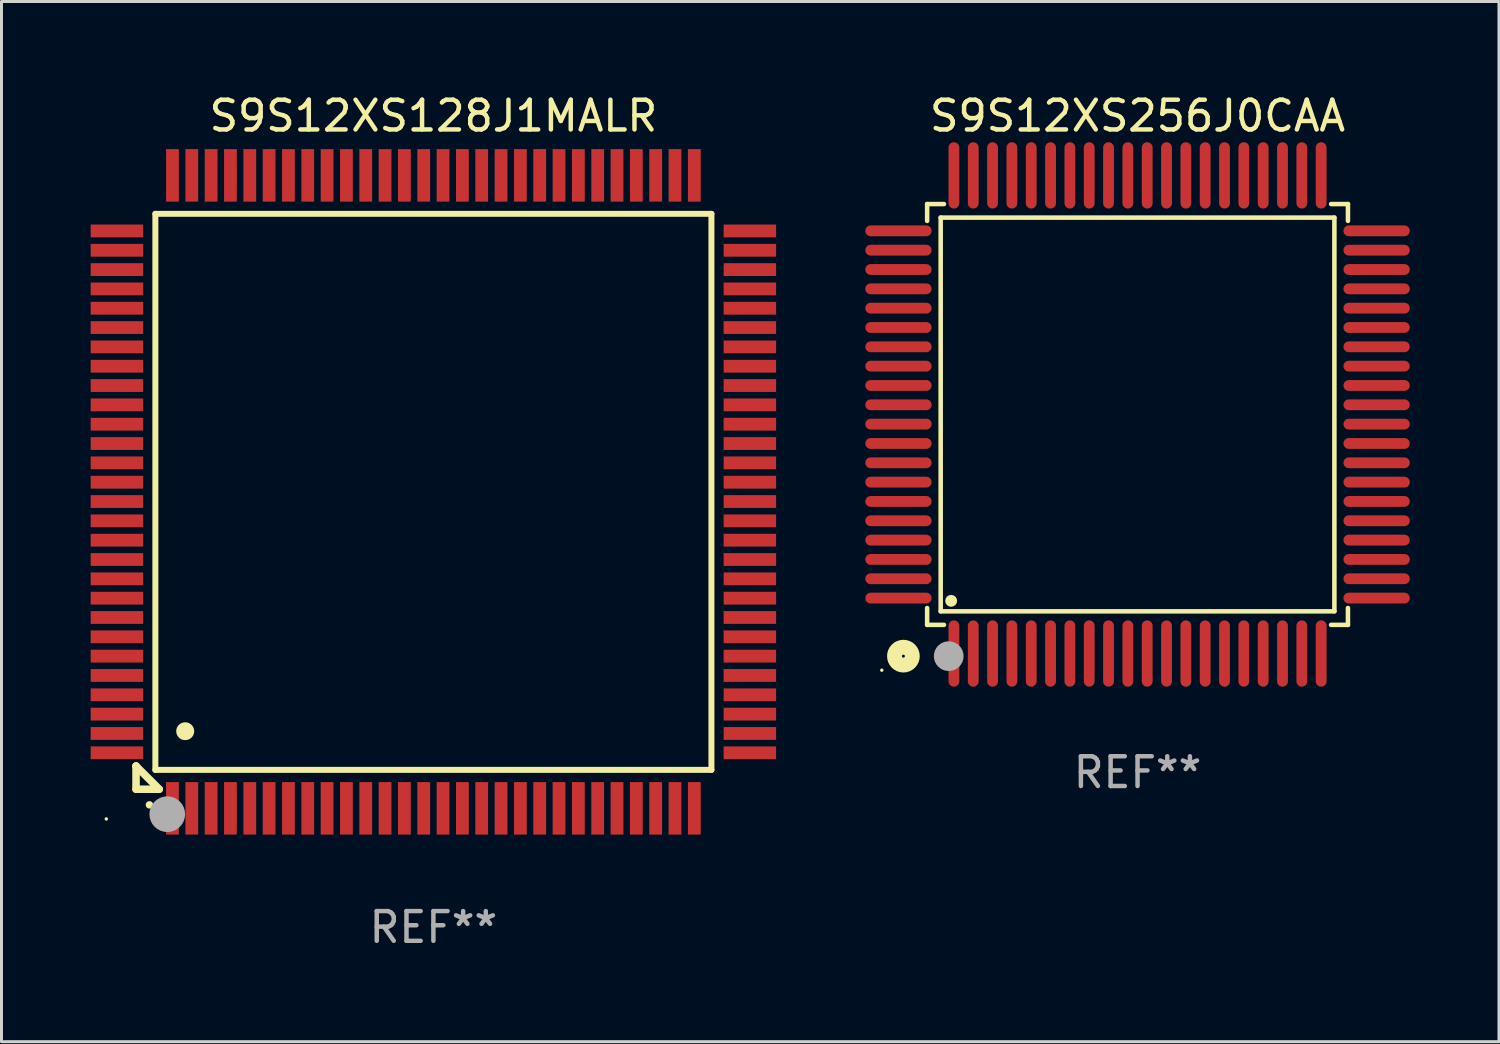
<source format=kicad_pcb>
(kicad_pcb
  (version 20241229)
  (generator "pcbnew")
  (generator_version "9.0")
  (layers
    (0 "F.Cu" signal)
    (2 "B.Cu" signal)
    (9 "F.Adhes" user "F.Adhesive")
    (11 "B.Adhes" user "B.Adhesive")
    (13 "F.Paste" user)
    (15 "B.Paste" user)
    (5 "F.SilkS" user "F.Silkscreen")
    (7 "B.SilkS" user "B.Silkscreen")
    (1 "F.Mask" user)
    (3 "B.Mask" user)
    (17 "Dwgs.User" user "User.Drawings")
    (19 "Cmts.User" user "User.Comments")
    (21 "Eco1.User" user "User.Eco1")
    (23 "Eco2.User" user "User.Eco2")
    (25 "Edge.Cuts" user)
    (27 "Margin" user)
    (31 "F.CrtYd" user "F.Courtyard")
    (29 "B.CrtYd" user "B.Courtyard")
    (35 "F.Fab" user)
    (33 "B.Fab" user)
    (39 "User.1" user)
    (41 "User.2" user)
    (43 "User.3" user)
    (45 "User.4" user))
  (footprint "S9S12XS256J0CAA"
    (layer "F.Cu")
    (at 35.205 10.888)
    (property "Reference" "S9S12XS256J0CAA" (at 0 -10.04 0) (layer "F.SilkS") (effects (font (size 1 1) (thickness 0.15))))
    (attr through_hole)
    (fp_line (start -7.076 -7.076) (end -7.076 -6.509) (stroke (width 0.152) (type solid)) (layer "F.SilkS"))
    (fp_line (start -7.076 7.076) (end -7.076 6.509) (stroke (width 0.152) (type solid)) (layer "F.SilkS"))
    (fp_line (start -6.62 -6.62) (end 6.62 -6.62) (stroke (width 0.152) (type solid)) (layer "F.SilkS"))
    (fp_line (start -6.62 6.62) (end -6.62 -6.62) (stroke (width 0.152) (type solid)) (layer "F.SilkS"))
    (fp_line (start -6.509 -7.076) (end -7.076 -7.076) (stroke (width 0.152) (type solid)) (layer "F.SilkS"))
    (fp_line (start -6.509 7.076) (end -7.076 7.076) (stroke (width 0.152) (type solid)) (layer "F.SilkS"))
    (fp_line (start 6.509 -7.076) (end 7.076 -7.076) (stroke (width 0.152) (type solid)) (layer "F.SilkS"))
    (fp_line (start 6.509 7.076) (end 7.076 7.076) (stroke (width 0.152) (type solid)) (layer "F.SilkS"))
    (fp_line (start 6.62 -6.62) (end 6.62 6.62) (stroke (width 0.152) (type solid)) (layer "F.SilkS"))
    (fp_line (start 6.62 6.62) (end -6.62 6.62) (stroke (width 0.152) (type solid)) (layer "F.SilkS"))
    (fp_line (start 7.076 -7.076) (end 7.076 -6.509) (stroke (width 0.152) (type solid)) (layer "F.SilkS"))
    (fp_line (start 7.076 7.076) (end 7.076 6.509) (stroke (width 0.152) (type solid)) (layer "F.SilkS"))
    (fp_circle (center -8.6 8.6) (end -8.57 8.6) (stroke (width 0.06) (type solid)) (fill no) (layer "F.SilkS"))
    (fp_circle (center -7.874 8.128) (end -7.574 8.128) (stroke (width 0.5) (type solid)) (fill no) (layer "F.SilkS"))
    (fp_circle (center -6.268 6.268) (end -6.168 6.268) (stroke (width 0.2) (type solid)) (fill no) (layer "F.SilkS"))
    (fp_circle (center -6.35 8.128) (end -6.1 8.128) (stroke (width 0.5) (type solid)) (fill no) (layer "F.Fab"))
    (fp_text user "REF**" (at 0 12.04 0) (layer "F.Fab") (effects (font (size 1 1) (thickness 0.15))))
    (pad "1" smd oval (at -6.175 8.04) (size 0.364 2.23) (layers "F.Cu" "F.Mask" "F.Paste"))
    (pad "2" smd oval (at -5.525 8.04) (size 0.364 2.23) (layers "F.Cu" "F.Mask" "F.Paste"))
    (pad "3" smd oval (at -4.875 8.04) (size 0.364 2.23) (layers "F.Cu" "F.Mask" "F.Paste"))
    (pad "4" smd oval (at -4.225 8.04) (size 0.364 2.23) (layers "F.Cu" "F.Mask" "F.Paste"))
    (pad "5" smd oval (at -3.575 8.04) (size 0.364 2.23) (layers "F.Cu" "F.Mask" "F.Paste"))
    (pad "6" smd oval (at -2.925 8.04) (size 0.364 2.23) (layers "F.Cu" "F.Mask" "F.Paste"))
    (pad "7" smd oval (at -2.275 8.04) (size 0.364 2.23) (layers "F.Cu" "F.Mask" "F.Paste"))
    (pad "8" smd oval (at -1.625 8.04) (size 0.364 2.23) (layers "F.Cu" "F.Mask" "F.Paste"))
    (pad "9" smd oval (at -0.975 8.04) (size 0.364 2.23) (layers "F.Cu" "F.Mask" "F.Paste"))
    (pad "10" smd oval (at -0.325 8.04) (size 0.364 2.23) (layers "F.Cu" "F.Mask" "F.Paste"))
    (pad "11" smd oval (at 0.325 8.04) (size 0.364 2.23) (layers "F.Cu" "F.Mask" "F.Paste"))
    (pad "12" smd oval (at 0.975 8.04) (size 0.364 2.23) (layers "F.Cu" "F.Mask" "F.Paste"))
    (pad "13" smd oval (at 1.625 8.04) (size 0.364 2.23) (layers "F.Cu" "F.Mask" "F.Paste"))
    (pad "14" smd oval (at 2.275 8.04) (size 0.364 2.23) (layers "F.Cu" "F.Mask" "F.Paste"))
    (pad "15" smd oval (at 2.925 8.04) (size 0.364 2.23) (layers "F.Cu" "F.Mask" "F.Paste"))
    (pad "16" smd oval (at 3.575 8.04) (size 0.364 2.23) (layers "F.Cu" "F.Mask" "F.Paste"))
    (pad "17" smd oval (at 4.225 8.04) (size 0.364 2.23) (layers "F.Cu" "F.Mask" "F.Paste"))
    (pad "18" smd oval (at 4.875 8.04) (size 0.364 2.23) (layers "F.Cu" "F.Mask" "F.Paste"))
    (pad "19" smd oval (at 5.525 8.04) (size 0.364 2.23) (layers "F.Cu" "F.Mask" "F.Paste"))
    (pad "20" smd oval (at 6.175 8.04) (size 0.364 2.23) (layers "F.Cu" "F.Mask" "F.Paste"))
    (pad "21" smd oval (at 8.04 6.175) (size 2.23 0.364) (layers "F.Cu" "F.Mask" "F.Paste"))
    (pad "22" smd oval (at 8.04 5.525) (size 2.23 0.364) (layers "F.Cu" "F.Mask" "F.Paste"))
    (pad "23" smd oval (at 8.04 4.875) (size 2.23 0.364) (layers "F.Cu" "F.Mask" "F.Paste"))
    (pad "24" smd oval (at 8.04 4.225) (size 2.23 0.364) (layers "F.Cu" "F.Mask" "F.Paste"))
    (pad "25" smd oval (at 8.04 3.575) (size 2.23 0.364) (layers "F.Cu" "F.Mask" "F.Paste"))
    (pad "26" smd oval (at 8.04 2.925) (size 2.23 0.364) (layers "F.Cu" "F.Mask" "F.Paste"))
    (pad "27" smd oval (at 8.04 2.275) (size 2.23 0.364) (layers "F.Cu" "F.Mask" "F.Paste"))
    (pad "28" smd oval (at 8.04 1.625) (size 2.23 0.364) (layers "F.Cu" "F.Mask" "F.Paste"))
    (pad "29" smd oval (at 8.04 0.975) (size 2.23 0.364) (layers "F.Cu" "F.Mask" "F.Paste"))
    (pad "30" smd oval (at 8.04 0.325) (size 2.23 0.364) (layers "F.Cu" "F.Mask" "F.Paste"))
    (pad "31" smd oval (at 8.04 -0.325) (size 2.23 0.364) (layers "F.Cu" "F.Mask" "F.Paste"))
    (pad "32" smd oval (at 8.04 -0.975) (size 2.23 0.364) (layers "F.Cu" "F.Mask" "F.Paste"))
    (pad "33" smd oval (at 8.04 -1.625) (size 2.23 0.364) (layers "F.Cu" "F.Mask" "F.Paste"))
    (pad "34" smd oval (at 8.04 -2.275) (size 2.23 0.364) (layers "F.Cu" "F.Mask" "F.Paste"))
    (pad "35" smd oval (at 8.04 -2.925) (size 2.23 0.364) (layers "F.Cu" "F.Mask" "F.Paste"))
    (pad "36" smd oval (at 8.04 -3.575) (size 2.23 0.364) (layers "F.Cu" "F.Mask" "F.Paste"))
    (pad "37" smd oval (at 8.04 -4.225) (size 2.23 0.364) (layers "F.Cu" "F.Mask" "F.Paste"))
    (pad "38" smd oval (at 8.04 -4.875) (size 2.23 0.364) (layers "F.Cu" "F.Mask" "F.Paste"))
    (pad "39" smd oval (at 8.04 -5.525) (size 2.23 0.364) (layers "F.Cu" "F.Mask" "F.Paste"))
    (pad "40" smd oval (at 8.04 -6.175) (size 2.23 0.364) (layers "F.Cu" "F.Mask" "F.Paste"))
    (pad "41" smd oval (at 6.175 -8.04) (size 0.364 2.23) (layers "F.Cu" "F.Mask" "F.Paste"))
    (pad "42" smd oval (at 5.525 -8.04) (size 0.364 2.23) (layers "F.Cu" "F.Mask" "F.Paste"))
    (pad "43" smd oval (at 4.875 -8.04) (size 0.364 2.23) (layers "F.Cu" "F.Mask" "F.Paste"))
    (pad "44" smd oval (at 4.225 -8.04) (size 0.364 2.23) (layers "F.Cu" "F.Mask" "F.Paste"))
    (pad "45" smd oval (at 3.575 -8.04) (size 0.364 2.23) (layers "F.Cu" "F.Mask" "F.Paste"))
    (pad "46" smd oval (at 2.925 -8.04) (size 0.364 2.23) (layers "F.Cu" "F.Mask" "F.Paste"))
    (pad "47" smd oval (at 2.275 -8.04) (size 0.364 2.23) (layers "F.Cu" "F.Mask" "F.Paste"))
    (pad "48" smd oval (at 1.625 -8.04) (size 0.364 2.23) (layers "F.Cu" "F.Mask" "F.Paste"))
    (pad "49" smd oval (at 0.975 -8.04) (size 0.364 2.23) (layers "F.Cu" "F.Mask" "F.Paste"))
    (pad "50" smd oval (at 0.325 -8.04) (size 0.364 2.23) (layers "F.Cu" "F.Mask" "F.Paste"))
    (pad "51" smd oval (at -0.325 -8.04) (size 0.364 2.23) (layers "F.Cu" "F.Mask" "F.Paste"))
    (pad "52" smd oval (at -0.975 -8.04) (size 0.364 2.23) (layers "F.Cu" "F.Mask" "F.Paste"))
    (pad "53" smd oval (at -1.625 -8.04) (size 0.364 2.23) (layers "F.Cu" "F.Mask" "F.Paste"))
    (pad "54" smd oval (at -2.275 -8.04) (size 0.364 2.23) (layers "F.Cu" "F.Mask" "F.Paste"))
    (pad "55" smd oval (at -2.925 -8.04) (size 0.364 2.23) (layers "F.Cu" "F.Mask" "F.Paste"))
    (pad "56" smd oval (at -3.575 -8.04) (size 0.364 2.23) (layers "F.Cu" "F.Mask" "F.Paste"))
    (pad "57" smd oval (at -4.225 -8.04) (size 0.364 2.23) (layers "F.Cu" "F.Mask" "F.Paste"))
    (pad "58" smd oval (at -4.875 -8.04) (size 0.364 2.23) (layers "F.Cu" "F.Mask" "F.Paste"))
    (pad "59" smd oval (at -5.525 -8.04) (size 0.364 2.23) (layers "F.Cu" "F.Mask" "F.Paste"))
    (pad "60" smd oval (at -6.175 -8.04) (size 0.364 2.23) (layers "F.Cu" "F.Mask" "F.Paste"))
    (pad "61" smd oval (at -8.04 -6.175) (size 2.23 0.364) (layers "F.Cu" "F.Mask" "F.Paste"))
    (pad "62" smd oval (at -8.04 -5.525) (size 2.23 0.364) (layers "F.Cu" "F.Mask" "F.Paste"))
    (pad "63" smd oval (at -8.04 -4.875) (size 2.23 0.364) (layers "F.Cu" "F.Mask" "F.Paste"))
    (pad "64" smd oval (at -8.04 -4.225) (size 2.23 0.364) (layers "F.Cu" "F.Mask" "F.Paste"))
    (pad "65" smd oval (at -8.04 -3.575) (size 2.23 0.364) (layers "F.Cu" "F.Mask" "F.Paste"))
    (pad "66" smd oval (at -8.04 -2.925) (size 2.23 0.364) (layers "F.Cu" "F.Mask" "F.Paste"))
    (pad "67" smd oval (at -8.04 -2.275) (size 2.23 0.364) (layers "F.Cu" "F.Mask" "F.Paste"))
    (pad "68" smd oval (at -8.04 -1.625) (size 2.23 0.364) (layers "F.Cu" "F.Mask" "F.Paste"))
    (pad "69" smd oval (at -8.04 -0.975) (size 2.23 0.364) (layers "F.Cu" "F.Mask" "F.Paste"))
    (pad "70" smd oval (at -8.04 -0.325) (size 2.23 0.364) (layers "F.Cu" "F.Mask" "F.Paste"))
    (pad "71" smd oval (at -8.04 0.325) (size 2.23 0.364) (layers "F.Cu" "F.Mask" "F.Paste"))
    (pad "72" smd oval (at -8.04 0.975) (size 2.23 0.364) (layers "F.Cu" "F.Mask" "F.Paste"))
    (pad "73" smd oval (at -8.04 1.625) (size 2.23 0.364) (layers "F.Cu" "F.Mask" "F.Paste"))
    (pad "74" smd oval (at -8.04 2.275) (size 2.23 0.364) (layers "F.Cu" "F.Mask" "F.Paste"))
    (pad "75" smd oval (at -8.04 2.925) (size 2.23 0.364) (layers "F.Cu" "F.Mask" "F.Paste"))
    (pad "76" smd oval (at -8.04 3.575) (size 2.23 0.364) (layers "F.Cu" "F.Mask" "F.Paste"))
    (pad "77" smd oval (at -8.04 4.225) (size 2.23 0.364) (layers "F.Cu" "F.Mask" "F.Paste"))
    (pad "78" smd oval (at -8.04 4.875) (size 2.23 0.364) (layers "F.Cu" "F.Mask" "F.Paste"))
    (pad "79" smd oval (at -8.04 5.525) (size 2.23 0.364) (layers "F.Cu" "F.Mask" "F.Paste"))
    (pad "80" smd oval (at -8.04 6.175) (size 2.23 0.364) (layers "F.Cu" "F.Mask" "F.Paste")))
  (footprint "S9S12XS128J1MALR"
    (layer "F.Cu")
    (at 11.525 13.491)
    (property "Reference" "S9S12XS128J1MALR" (at 0 -12.643 0) (layer "F.SilkS") (effects (font (size 1 1) (thickness 0.15))))
    (attr through_hole)
    (fp_line (start -10 9.221) (end -10 9.221) (stroke (width 0.254) (type solid)) (layer "F.SilkS"))
    (fp_line (start -10 9.221) (end -10 10) (stroke (width 0.254) (type solid)) (layer "F.SilkS"))
    (fp_line (start -10 9.221) (end -9.221 10) (stroke (width 0.254) (type solid)) (layer "F.SilkS"))
    (fp_line (start -10 10) (end -9.221 10) (stroke (width 0.254) (type solid)) (layer "F.SilkS"))
    (fp_line (start -9.35 -9.35) (end -9.35 9.35) (stroke (width 0.201) (type solid)) (layer "F.SilkS"))
    (fp_line (start -9.35 9.35) (end 9.35 9.35) (stroke (width 0.201) (type solid)) (layer "F.SilkS"))
    (fp_line (start 9.35 -9.35) (end -9.35 -9.35) (stroke (width 0.201) (type solid)) (layer "F.SilkS"))
    (fp_line (start 9.35 9.35) (end 9.35 -9.35) (stroke (width 0.201) (type solid)) (layer "F.SilkS"))
    (fp_arc (start -9.550546 10.525832) (mid -9.549276 10.525826) (end -9.548006 10.525832) (stroke (width 0.24892) (type solid)) (layer "F.SilkS"))
    (fp_arc (start -8.349124 8.049327) (mid -8.346584 8.049316) (end -8.344044 8.049327) (stroke (width 0.599441) (type solid)) (layer "F.SilkS"))
    (fp_circle (center -11 11) (end -10.97 11) (stroke (width 0.06) (type solid)) (fill no) (layer "F.SilkS"))
    (fp_circle (center -8.95 10.84) (end -8.65 10.84) (stroke (width 0.6) (type solid)) (fill no) (layer "F.Fab"))
    (fp_text user "REF**" (at 0 14.643 0) (layer "F.Fab") (effects (font (size 1 1) (thickness 0.15))))
    (pad "1" smd rect (at -8.775 10.643) (size 0.43 1.765) (layers "F.Cu" "F.Mask" "F.Paste"))
    (pad "2" smd rect (at -8.125 10.643) (size 0.43 1.765) (layers "F.Cu" "F.Mask" "F.Paste"))
    (pad "3" smd rect (at -7.475 10.643) (size 0.43 1.765) (layers "F.Cu" "F.Mask" "F.Paste"))
    (pad "4" smd rect (at -6.825 10.643) (size 0.43 1.765) (layers "F.Cu" "F.Mask" "F.Paste"))
    (pad "5" smd rect (at -6.175 10.643) (size 0.43 1.765) (layers "F.Cu" "F.Mask" "F.Paste"))
    (pad "6" smd rect (at -5.525 10.643) (size 0.43 1.765) (layers "F.Cu" "F.Mask" "F.Paste"))
    (pad "7" smd rect (at -4.875 10.643) (size 0.43 1.765) (layers "F.Cu" "F.Mask" "F.Paste"))
    (pad "8" smd rect (at -4.225 10.643) (size 0.43 1.765) (layers "F.Cu" "F.Mask" "F.Paste"))
    (pad "9" smd rect (at -3.575 10.643) (size 0.43 1.765) (layers "F.Cu" "F.Mask" "F.Paste"))
    (pad "10" smd rect (at -2.925 10.643) (size 0.43 1.765) (layers "F.Cu" "F.Mask" "F.Paste"))
    (pad "11" smd rect (at -2.275 10.643) (size 0.43 1.765) (layers "F.Cu" "F.Mask" "F.Paste"))
    (pad "12" smd rect (at -1.625 10.643) (size 0.43 1.765) (layers "F.Cu" "F.Mask" "F.Paste"))
    (pad "13" smd rect (at -0.975 10.643) (size 0.43 1.765) (layers "F.Cu" "F.Mask" "F.Paste"))
    (pad "14" smd rect (at -0.325 10.643) (size 0.43 1.765) (layers "F.Cu" "F.Mask" "F.Paste"))
    (pad "15" smd rect (at 0.325 10.643) (size 0.43 1.765) (layers "F.Cu" "F.Mask" "F.Paste"))
    (pad "16" smd rect (at 0.975 10.643) (size 0.43 1.765) (layers "F.Cu" "F.Mask" "F.Paste"))
    (pad "17" smd rect (at 1.625 10.643) (size 0.43 1.765) (layers "F.Cu" "F.Mask" "F.Paste"))
    (pad "18" smd rect (at 2.275 10.643) (size 0.43 1.765) (layers "F.Cu" "F.Mask" "F.Paste"))
    (pad "19" smd rect (at 2.925 10.643) (size 0.43 1.765) (layers "F.Cu" "F.Mask" "F.Paste"))
    (pad "20" smd rect (at 3.575 10.643) (size 0.43 1.765) (layers "F.Cu" "F.Mask" "F.Paste"))
    (pad "21" smd rect (at 4.225 10.643) (size 0.43 1.765) (layers "F.Cu" "F.Mask" "F.Paste"))
    (pad "22" smd rect (at 4.875 10.643) (size 0.43 1.765) (layers "F.Cu" "F.Mask" "F.Paste"))
    (pad "23" smd rect (at 5.525 10.643) (size 0.43 1.765) (layers "F.Cu" "F.Mask" "F.Paste"))
    (pad "24" smd rect (at 6.175 10.643) (size 0.43 1.765) (layers "F.Cu" "F.Mask" "F.Paste"))
    (pad "25" smd rect (at 6.825 10.643) (size 0.43 1.765) (layers "F.Cu" "F.Mask" "F.Paste"))
    (pad "26" smd rect (at 7.475 10.643) (size 0.43 1.765) (layers "F.Cu" "F.Mask" "F.Paste"))
    (pad "27" smd rect (at 8.125 10.643) (size 0.43 1.765) (layers "F.Cu" "F.Mask" "F.Paste"))
    (pad "28" smd rect (at 8.775 10.643) (size 0.43 1.765) (layers "F.Cu" "F.Mask" "F.Paste"))
    (pad "29" smd rect (at 10.643 8.775) (size 1.765 0.43) (layers "F.Cu" "F.Mask" "F.Paste"))
    (pad "30" smd rect (at 10.643 8.125) (size 1.765 0.43) (layers "F.Cu" "F.Mask" "F.Paste"))
    (pad "31" smd rect (at 10.643 7.475) (size 1.765 0.43) (layers "F.Cu" "F.Mask" "F.Paste"))
    (pad "32" smd rect (at 10.643 6.825) (size 1.765 0.43) (layers "F.Cu" "F.Mask" "F.Paste"))
    (pad "33" smd rect (at 10.643 6.175) (size 1.765 0.43) (layers "F.Cu" "F.Mask" "F.Paste"))
    (pad "34" smd rect (at 10.643 5.525) (size 1.765 0.43) (layers "F.Cu" "F.Mask" "F.Paste"))
    (pad "35" smd rect (at 10.643 4.875) (size 1.765 0.43) (layers "F.Cu" "F.Mask" "F.Paste"))
    (pad "36" smd rect (at 10.643 4.225) (size 1.765 0.43) (layers "F.Cu" "F.Mask" "F.Paste"))
    (pad "37" smd rect (at 10.643 3.575) (size 1.765 0.43) (layers "F.Cu" "F.Mask" "F.Paste"))
    (pad "38" smd rect (at 10.643 2.925) (size 1.765 0.43) (layers "F.Cu" "F.Mask" "F.Paste"))
    (pad "39" smd rect (at 10.643 2.275) (size 1.765 0.43) (layers "F.Cu" "F.Mask" "F.Paste"))
    (pad "40" smd rect (at 10.643 1.625) (size 1.765 0.43) (layers "F.Cu" "F.Mask" "F.Paste"))
    (pad "41" smd rect (at 10.643 0.975) (size 1.765 0.43) (layers "F.Cu" "F.Mask" "F.Paste"))
    (pad "42" smd rect (at 10.643 0.325) (size 1.765 0.43) (layers "F.Cu" "F.Mask" "F.Paste"))
    (pad "43" smd rect (at 10.643 -0.325) (size 1.765 0.43) (layers "F.Cu" "F.Mask" "F.Paste"))
    (pad "44" smd rect (at 10.643 -0.975) (size 1.765 0.43) (layers "F.Cu" "F.Mask" "F.Paste"))
    (pad "45" smd rect (at 10.643 -1.625) (size 1.765 0.43) (layers "F.Cu" "F.Mask" "F.Paste"))
    (pad "46" smd rect (at 10.643 -2.275) (size 1.765 0.43) (layers "F.Cu" "F.Mask" "F.Paste"))
    (pad "47" smd rect (at 10.643 -2.925) (size 1.765 0.43) (layers "F.Cu" "F.Mask" "F.Paste"))
    (pad "48" smd rect (at 10.643 -3.575) (size 1.765 0.43) (layers "F.Cu" "F.Mask" "F.Paste"))
    (pad "49" smd rect (at 10.643 -4.225) (size 1.765 0.43) (layers "F.Cu" "F.Mask" "F.Paste"))
    (pad "50" smd rect (at 10.643 -4.875) (size 1.765 0.43) (layers "F.Cu" "F.Mask" "F.Paste"))
    (pad "51" smd rect (at 10.643 -5.525) (size 1.765 0.43) (layers "F.Cu" "F.Mask" "F.Paste"))
    (pad "52" smd rect (at 10.643 -6.175) (size 1.765 0.43) (layers "F.Cu" "F.Mask" "F.Paste"))
    (pad "53" smd rect (at 10.643 -6.825) (size 1.765 0.43) (layers "F.Cu" "F.Mask" "F.Paste"))
    (pad "54" smd rect (at 10.643 -7.475) (size 1.765 0.43) (layers "F.Cu" "F.Mask" "F.Paste"))
    (pad "55" smd rect (at 10.643 -8.125) (size 1.765 0.43) (layers "F.Cu" "F.Mask" "F.Paste"))
    (pad "56" smd rect (at 10.643 -8.775) (size 1.765 0.43) (layers "F.Cu" "F.Mask" "F.Paste"))
    (pad "57" smd rect (at 8.775 -10.643) (size 0.43 1.765) (layers "F.Cu" "F.Mask" "F.Paste"))
    (pad "58" smd rect (at 8.125 -10.643) (size 0.43 1.765) (layers "F.Cu" "F.Mask" "F.Paste"))
    (pad "59" smd rect (at 7.475 -10.643) (size 0.43 1.765) (layers "F.Cu" "F.Mask" "F.Paste"))
    (pad "60" smd rect (at 6.825 -10.643) (size 0.43 1.765) (layers "F.Cu" "F.Mask" "F.Paste"))
    (pad "61" smd rect (at 6.175 -10.643) (size 0.43 1.765) (layers "F.Cu" "F.Mask" "F.Paste"))
    (pad "62" smd rect (at 5.525 -10.643) (size 0.43 1.765) (layers "F.Cu" "F.Mask" "F.Paste"))
    (pad "63" smd rect (at 4.875 -10.643) (size 0.43 1.765) (layers "F.Cu" "F.Mask" "F.Paste"))
    (pad "64" smd rect (at 4.225 -10.643) (size 0.43 1.765) (layers "F.Cu" "F.Mask" "F.Paste"))
    (pad "65" smd rect (at 3.575 -10.643) (size 0.43 1.765) (layers "F.Cu" "F.Mask" "F.Paste"))
    (pad "66" smd rect (at 2.925 -10.643) (size 0.43 1.765) (layers "F.Cu" "F.Mask" "F.Paste"))
    (pad "67" smd rect (at 2.275 -10.643) (size 0.43 1.765) (layers "F.Cu" "F.Mask" "F.Paste"))
    (pad "68" smd rect (at 1.625 -10.643) (size 0.43 1.765) (layers "F.Cu" "F.Mask" "F.Paste"))
    (pad "69" smd rect (at 0.975 -10.643) (size 0.43 1.765) (layers "F.Cu" "F.Mask" "F.Paste"))
    (pad "70" smd rect (at 0.325 -10.643) (size 0.43 1.765) (layers "F.Cu" "F.Mask" "F.Paste"))
    (pad "71" smd rect (at -0.325 -10.643) (size 0.43 1.765) (layers "F.Cu" "F.Mask" "F.Paste"))
    (pad "72" smd rect (at -0.975 -10.643) (size 0.43 1.765) (layers "F.Cu" "F.Mask" "F.Paste"))
    (pad "73" smd rect (at -1.625 -10.643) (size 0.43 1.765) (layers "F.Cu" "F.Mask" "F.Paste"))
    (pad "74" smd rect (at -2.275 -10.643) (size 0.43 1.765) (layers "F.Cu" "F.Mask" "F.Paste"))
    (pad "75" smd rect (at -2.925 -10.643) (size 0.43 1.765) (layers "F.Cu" "F.Mask" "F.Paste"))
    (pad "76" smd rect (at -3.575 -10.643) (size 0.43 1.765) (layers "F.Cu" "F.Mask" "F.Paste"))
    (pad "77" smd rect (at -4.225 -10.643) (size 0.43 1.765) (layers "F.Cu" "F.Mask" "F.Paste"))
    (pad "78" smd rect (at -4.875 -10.643) (size 0.43 1.765) (layers "F.Cu" "F.Mask" "F.Paste"))
    (pad "79" smd rect (at -5.525 -10.643) (size 0.43 1.765) (layers "F.Cu" "F.Mask" "F.Paste"))
    (pad "80" smd rect (at -6.175 -10.643) (size 0.43 1.765) (layers "F.Cu" "F.Mask" "F.Paste"))
    (pad "81" smd rect (at -6.825 -10.643) (size 0.43 1.765) (layers "F.Cu" "F.Mask" "F.Paste"))
    (pad "82" smd rect (at -7.475 -10.643) (size 0.43 1.765) (layers "F.Cu" "F.Mask" "F.Paste"))
    (pad "83" smd rect (at -8.125 -10.643) (size 0.43 1.765) (layers "F.Cu" "F.Mask" "F.Paste"))
    (pad "84" smd rect (at -8.775 -10.643) (size 0.43 1.765) (layers "F.Cu" "F.Mask" "F.Paste"))
    (pad "85" smd rect (at -10.643 -8.775) (size 1.765 0.43) (layers "F.Cu" "F.Mask" "F.Paste"))
    (pad "86" smd rect (at -10.643 -8.125) (size 1.765 0.43) (layers "F.Cu" "F.Mask" "F.Paste"))
    (pad "87" smd rect (at -10.643 -7.475) (size 1.765 0.43) (layers "F.Cu" "F.Mask" "F.Paste"))
    (pad "88" smd rect (at -10.643 -6.825) (size 1.765 0.43) (layers "F.Cu" "F.Mask" "F.Paste"))
    (pad "89" smd rect (at -10.643 -6.175) (size 1.765 0.43) (layers "F.Cu" "F.Mask" "F.Paste"))
    (pad "90" smd rect (at -10.643 -5.525) (size 1.765 0.43) (layers "F.Cu" "F.Mask" "F.Paste"))
    (pad "91" smd rect (at -10.643 -4.875) (size 1.765 0.43) (layers "F.Cu" "F.Mask" "F.Paste"))
    (pad "92" smd rect (at -10.643 -4.225) (size 1.765 0.43) (layers "F.Cu" "F.Mask" "F.Paste"))
    (pad "93" smd rect (at -10.643 -3.575) (size 1.765 0.43) (layers "F.Cu" "F.Mask" "F.Paste"))
    (pad "94" smd rect (at -10.643 -2.925) (size 1.765 0.43) (layers "F.Cu" "F.Mask" "F.Paste"))
    (pad "95" smd rect (at -10.643 -2.275) (size 1.765 0.43) (layers "F.Cu" "F.Mask" "F.Paste"))
    (pad "96" smd rect (at -10.643 -1.625) (size 1.765 0.43) (layers "F.Cu" "F.Mask" "F.Paste"))
    (pad "97" smd rect (at -10.643 -0.975) (size 1.765 0.43) (layers "F.Cu" "F.Mask" "F.Paste"))
    (pad "98" smd rect (at -10.643 -0.325) (size 1.765 0.43) (layers "F.Cu" "F.Mask" "F.Paste"))
    (pad "99" smd rect (at -10.643 0.325) (size 1.765 0.43) (layers "F.Cu" "F.Mask" "F.Paste"))
    (pad "100" smd rect (at -10.643 0.975) (size 1.765 0.43) (layers "F.Cu" "F.Mask" "F.Paste"))
    (pad "101" smd rect (at -10.643 1.625) (size 1.765 0.43) (layers "F.Cu" "F.Mask" "F.Paste"))
    (pad "102" smd rect (at -10.643 2.275) (size 1.765 0.43) (layers "F.Cu" "F.Mask" "F.Paste"))
    (pad "103" smd rect (at -10.643 2.925) (size 1.765 0.43) (layers "F.Cu" "F.Mask" "F.Paste"))
    (pad "104" smd rect (at -10.643 3.575) (size 1.765 0.43) (layers "F.Cu" "F.Mask" "F.Paste"))
    (pad "105" smd rect (at -10.643 4.225) (size 1.765 0.43) (layers "F.Cu" "F.Mask" "F.Paste"))
    (pad "106" smd rect (at -10.643 4.875) (size 1.765 0.43) (layers "F.Cu" "F.Mask" "F.Paste"))
    (pad "107" smd rect (at -10.643 5.525) (size 1.765 0.43) (layers "F.Cu" "F.Mask" "F.Paste"))
    (pad "108" smd rect (at -10.643 6.175) (size 1.765 0.43) (layers "F.Cu" "F.Mask" "F.Paste"))
    (pad "109" smd rect (at -10.643 6.825) (size 1.765 0.43) (layers "F.Cu" "F.Mask" "F.Paste"))
    (pad "110" smd rect (at -10.643 7.475) (size 1.765 0.43) (layers "F.Cu" "F.Mask" "F.Paste"))
    (pad "111" smd rect (at -10.643 8.125) (size 1.765 0.43) (layers "F.Cu" "F.Mask" "F.Paste"))
    (pad "112" smd rect (at -10.643 8.775) (size 1.765 0.43) (layers "F.Cu" "F.Mask" "F.Paste")))
  (gr_rect
    (start -3 -3)
    (end 47.36 31.982)
    (stroke (width 0.1) (type default))
    (fill no)
    (layer "Edge.Cuts")))
</source>
